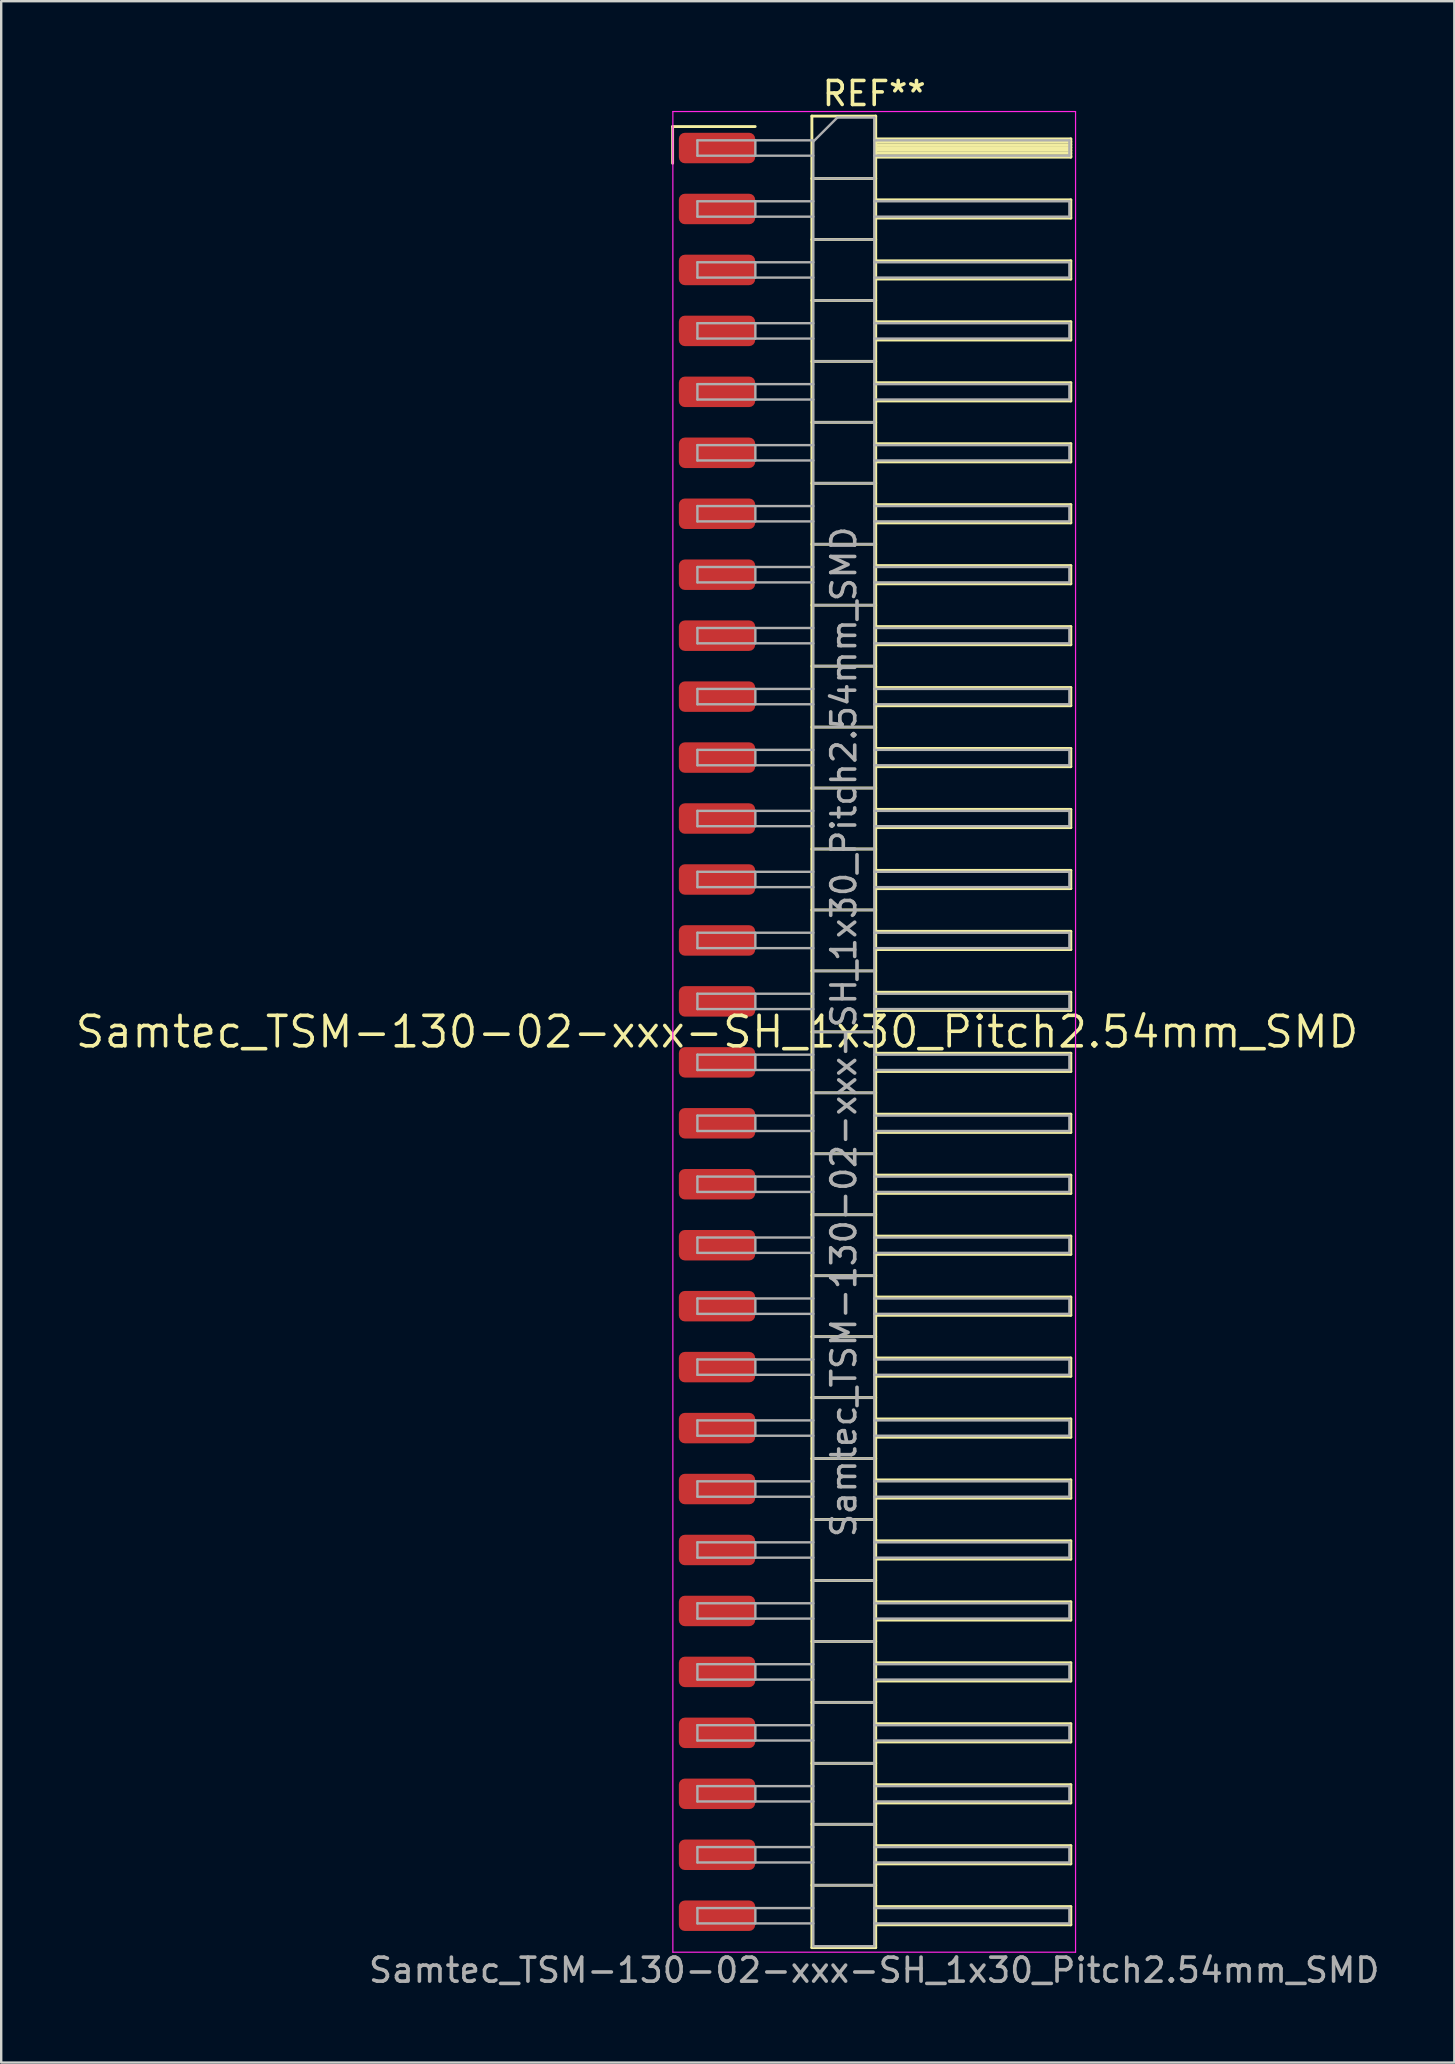
<source format=kicad_pcb>
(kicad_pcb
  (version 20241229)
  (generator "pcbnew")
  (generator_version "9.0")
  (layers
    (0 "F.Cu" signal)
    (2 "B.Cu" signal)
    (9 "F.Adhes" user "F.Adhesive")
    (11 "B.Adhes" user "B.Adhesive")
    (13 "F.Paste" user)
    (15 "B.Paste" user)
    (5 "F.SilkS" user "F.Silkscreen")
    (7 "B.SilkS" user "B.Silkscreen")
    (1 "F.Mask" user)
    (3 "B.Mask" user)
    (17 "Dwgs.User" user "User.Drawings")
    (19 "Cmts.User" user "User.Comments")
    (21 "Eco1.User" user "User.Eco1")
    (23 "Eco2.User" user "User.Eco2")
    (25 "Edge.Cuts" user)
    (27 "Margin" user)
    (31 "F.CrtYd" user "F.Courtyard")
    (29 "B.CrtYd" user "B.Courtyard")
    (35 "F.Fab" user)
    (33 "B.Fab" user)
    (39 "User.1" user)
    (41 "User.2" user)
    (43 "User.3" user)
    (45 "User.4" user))
  (footprint "Samtec_TSM-130-02-xxx-SH_1x30_Pitch2.54mm_SMD"
    (layer "F.Cu")
    (at 26.828 39.948)
    (property "Reference" "Samtec_TSM-130-02-xxx-SH_1x30_Pitch2.54mm_SMD" (at 0 0 0) (layer "F.SilkS") (effects (font (size 1.27 1.27) (thickness 0.15))))
    (attr smd)
    (fp_line (start -1.85 -37.725) (end 1.59 -37.725) (stroke (width 0.12) (type solid)) (layer "F.SilkS"))
    (fp_line (start -1.85 -36.195) (end -1.85 -37.725) (stroke (width 0.12) (type solid)) (layer "F.SilkS"))
    (fp_line (start 3.953 -38.16) (end 6.613 -38.16) (stroke (width 0.12) (type solid)) (layer "F.SilkS"))
    (fp_line (start 3.953 -35.56) (end 6.613 -35.56) (stroke (width 0.12) (type solid)) (layer "F.SilkS"))
    (fp_line (start 3.953 -33.02) (end 6.613 -33.02) (stroke (width 0.12) (type solid)) (layer "F.SilkS"))
    (fp_line (start 3.953 -30.48) (end 6.613 -30.48) (stroke (width 0.12) (type solid)) (layer "F.SilkS"))
    (fp_line (start 3.953 -27.94) (end 6.613 -27.94) (stroke (width 0.12) (type solid)) (layer "F.SilkS"))
    (fp_line (start 3.953 -25.4) (end 6.613 -25.4) (stroke (width 0.12) (type solid)) (layer "F.SilkS"))
    (fp_line (start 3.953 -22.86) (end 6.613 -22.86) (stroke (width 0.12) (type solid)) (layer "F.SilkS"))
    (fp_line (start 3.953 -20.32) (end 6.613 -20.32) (stroke (width 0.12) (type solid)) (layer "F.SilkS"))
    (fp_line (start 3.953 -17.78) (end 6.613 -17.78) (stroke (width 0.12) (type solid)) (layer "F.SilkS"))
    (fp_line (start 3.953 -15.24) (end 6.613 -15.24) (stroke (width 0.12) (type solid)) (layer "F.SilkS"))
    (fp_line (start 3.953 -12.7) (end 6.613 -12.7) (stroke (width 0.12) (type solid)) (layer "F.SilkS"))
    (fp_line (start 3.953 -10.16) (end 6.613 -10.16) (stroke (width 0.12) (type solid)) (layer "F.SilkS"))
    (fp_line (start 3.953 -7.62) (end 6.613 -7.62) (stroke (width 0.12) (type solid)) (layer "F.SilkS"))
    (fp_line (start 3.953 -5.08) (end 6.613 -5.08) (stroke (width 0.12) (type solid)) (layer "F.SilkS"))
    (fp_line (start 3.953 -2.54) (end 6.613 -2.54) (stroke (width 0.12) (type solid)) (layer "F.SilkS"))
    (fp_line (start 3.953 0) (end 6.613 0) (stroke (width 0.12) (type solid)) (layer "F.SilkS"))
    (fp_line (start 3.953 2.54) (end 6.613 2.54) (stroke (width 0.12) (type solid)) (layer "F.SilkS"))
    (fp_line (start 3.953 5.08) (end 6.613 5.08) (stroke (width 0.12) (type solid)) (layer "F.SilkS"))
    (fp_line (start 3.953 7.62) (end 6.613 7.62) (stroke (width 0.12) (type solid)) (layer "F.SilkS"))
    (fp_line (start 3.953 10.16) (end 6.613 10.16) (stroke (width 0.12) (type solid)) (layer "F.SilkS"))
    (fp_line (start 3.953 12.7) (end 6.613 12.7) (stroke (width 0.12) (type solid)) (layer "F.SilkS"))
    (fp_line (start 3.953 15.24) (end 6.613 15.24) (stroke (width 0.12) (type solid)) (layer "F.SilkS"))
    (fp_line (start 3.953 17.78) (end 6.613 17.78) (stroke (width 0.12) (type solid)) (layer "F.SilkS"))
    (fp_line (start 3.953 20.32) (end 6.613 20.32) (stroke (width 0.12) (type solid)) (layer "F.SilkS"))
    (fp_line (start 3.953 22.86) (end 6.613 22.86) (stroke (width 0.12) (type solid)) (layer "F.SilkS"))
    (fp_line (start 3.953 25.4) (end 6.613 25.4) (stroke (width 0.12) (type solid)) (layer "F.SilkS"))
    (fp_line (start 3.953 27.94) (end 6.613 27.94) (stroke (width 0.12) (type solid)) (layer "F.SilkS"))
    (fp_line (start 3.953 30.48) (end 6.613 30.48) (stroke (width 0.12) (type solid)) (layer "F.SilkS"))
    (fp_line (start 3.953 33.02) (end 6.613 33.02) (stroke (width 0.12) (type solid)) (layer "F.SilkS"))
    (fp_line (start 3.953 35.56) (end 6.613 35.56) (stroke (width 0.12) (type solid)) (layer "F.SilkS"))
    (fp_line (start 3.953 38.16) (end 3.953 -38.16) (stroke (width 0.12) (type solid)) (layer "F.SilkS"))
    (fp_line (start 6.613 -38.16) (end 6.613 38.16) (stroke (width 0.12) (type solid)) (layer "F.SilkS"))
    (fp_line (start 6.613 -37.21) (end 14.743 -37.21) (stroke (width 0.12) (type solid)) (layer "F.SilkS"))
    (fp_line (start 6.613 -37.09) (end 14.743 -37.09) (stroke (width 0.12) (type solid)) (layer "F.SilkS"))
    (fp_line (start 6.613 -36.97) (end 14.743 -36.97) (stroke (width 0.12) (type solid)) (layer "F.SilkS"))
    (fp_line (start 6.613 -36.85) (end 14.743 -36.85) (stroke (width 0.12) (type solid)) (layer "F.SilkS"))
    (fp_line (start 6.613 -36.73) (end 14.743 -36.73) (stroke (width 0.12) (type solid)) (layer "F.SilkS"))
    (fp_line (start 6.613 -36.61) (end 14.743 -36.61) (stroke (width 0.12) (type solid)) (layer "F.SilkS"))
    (fp_line (start 6.613 -36.49) (end 14.743 -36.49) (stroke (width 0.12) (type solid)) (layer "F.SilkS"))
    (fp_line (start 6.613 -36.45) (end 14.743 -36.45) (stroke (width 0.12) (type solid)) (layer "F.SilkS"))
    (fp_line (start 6.613 -34.67) (end 14.743 -34.67) (stroke (width 0.12) (type solid)) (layer "F.SilkS"))
    (fp_line (start 6.613 -33.91) (end 14.743 -33.91) (stroke (width 0.12) (type solid)) (layer "F.SilkS"))
    (fp_line (start 6.613 -32.13) (end 14.743 -32.13) (stroke (width 0.12) (type solid)) (layer "F.SilkS"))
    (fp_line (start 6.613 -31.37) (end 14.743 -31.37) (stroke (width 0.12) (type solid)) (layer "F.SilkS"))
    (fp_line (start 6.613 -29.59) (end 14.743 -29.59) (stroke (width 0.12) (type solid)) (layer "F.SilkS"))
    (fp_line (start 6.613 -28.83) (end 14.743 -28.83) (stroke (width 0.12) (type solid)) (layer "F.SilkS"))
    (fp_line (start 6.613 -27.05) (end 14.743 -27.05) (stroke (width 0.12) (type solid)) (layer "F.SilkS"))
    (fp_line (start 6.613 -26.29) (end 14.743 -26.29) (stroke (width 0.12) (type solid)) (layer "F.SilkS"))
    (fp_line (start 6.613 -24.51) (end 14.743 -24.51) (stroke (width 0.12) (type solid)) (layer "F.SilkS"))
    (fp_line (start 6.613 -23.75) (end 14.743 -23.75) (stroke (width 0.12) (type solid)) (layer "F.SilkS"))
    (fp_line (start 6.613 -21.97) (end 14.743 -21.97) (stroke (width 0.12) (type solid)) (layer "F.SilkS"))
    (fp_line (start 6.613 -21.21) (end 14.743 -21.21) (stroke (width 0.12) (type solid)) (layer "F.SilkS"))
    (fp_line (start 6.613 -19.43) (end 14.743 -19.43) (stroke (width 0.12) (type solid)) (layer "F.SilkS"))
    (fp_line (start 6.613 -18.67) (end 14.743 -18.67) (stroke (width 0.12) (type solid)) (layer "F.SilkS"))
    (fp_line (start 6.613 -16.89) (end 14.743 -16.89) (stroke (width 0.12) (type solid)) (layer "F.SilkS"))
    (fp_line (start 6.613 -16.13) (end 14.743 -16.13) (stroke (width 0.12) (type solid)) (layer "F.SilkS"))
    (fp_line (start 6.613 -14.35) (end 14.743 -14.35) (stroke (width 0.12) (type solid)) (layer "F.SilkS"))
    (fp_line (start 6.613 -13.59) (end 14.743 -13.59) (stroke (width 0.12) (type solid)) (layer "F.SilkS"))
    (fp_line (start 6.613 -11.81) (end 14.743 -11.81) (stroke (width 0.12) (type solid)) (layer "F.SilkS"))
    (fp_line (start 6.613 -11.05) (end 14.743 -11.05) (stroke (width 0.12) (type solid)) (layer "F.SilkS"))
    (fp_line (start 6.613 -9.27) (end 14.743 -9.27) (stroke (width 0.12) (type solid)) (layer "F.SilkS"))
    (fp_line (start 6.613 -8.51) (end 14.743 -8.51) (stroke (width 0.12) (type solid)) (layer "F.SilkS"))
    (fp_line (start 6.613 -6.73) (end 14.743 -6.73) (stroke (width 0.12) (type solid)) (layer "F.SilkS"))
    (fp_line (start 6.613 -5.97) (end 14.743 -5.97) (stroke (width 0.12) (type solid)) (layer "F.SilkS"))
    (fp_line (start 6.613 -4.19) (end 14.743 -4.19) (stroke (width 0.12) (type solid)) (layer "F.SilkS"))
    (fp_line (start 6.613 -3.43) (end 14.743 -3.43) (stroke (width 0.12) (type solid)) (layer "F.SilkS"))
    (fp_line (start 6.613 -1.65) (end 14.743 -1.65) (stroke (width 0.12) (type solid)) (layer "F.SilkS"))
    (fp_line (start 6.613 -0.89) (end 14.743 -0.89) (stroke (width 0.12) (type solid)) (layer "F.SilkS"))
    (fp_line (start 6.613 0.89) (end 14.743 0.89) (stroke (width 0.12) (type solid)) (layer "F.SilkS"))
    (fp_line (start 6.613 1.65) (end 14.743 1.65) (stroke (width 0.12) (type solid)) (layer "F.SilkS"))
    (fp_line (start 6.613 3.43) (end 14.743 3.43) (stroke (width 0.12) (type solid)) (layer "F.SilkS"))
    (fp_line (start 6.613 4.19) (end 14.743 4.19) (stroke (width 0.12) (type solid)) (layer "F.SilkS"))
    (fp_line (start 6.613 5.97) (end 14.743 5.97) (stroke (width 0.12) (type solid)) (layer "F.SilkS"))
    (fp_line (start 6.613 6.73) (end 14.743 6.73) (stroke (width 0.12) (type solid)) (layer "F.SilkS"))
    (fp_line (start 6.613 8.51) (end 14.743 8.51) (stroke (width 0.12) (type solid)) (layer "F.SilkS"))
    (fp_line (start 6.613 9.27) (end 14.743 9.27) (stroke (width 0.12) (type solid)) (layer "F.SilkS"))
    (fp_line (start 6.613 11.05) (end 14.743 11.05) (stroke (width 0.12) (type solid)) (layer "F.SilkS"))
    (fp_line (start 6.613 11.81) (end 14.743 11.81) (stroke (width 0.12) (type solid)) (layer "F.SilkS"))
    (fp_line (start 6.613 13.59) (end 14.743 13.59) (stroke (width 0.12) (type solid)) (layer "F.SilkS"))
    (fp_line (start 6.613 14.35) (end 14.743 14.35) (stroke (width 0.12) (type solid)) (layer "F.SilkS"))
    (fp_line (start 6.613 16.13) (end 14.743 16.13) (stroke (width 0.12) (type solid)) (layer "F.SilkS"))
    (fp_line (start 6.613 16.89) (end 14.743 16.89) (stroke (width 0.12) (type solid)) (layer "F.SilkS"))
    (fp_line (start 6.613 18.67) (end 14.743 18.67) (stroke (width 0.12) (type solid)) (layer "F.SilkS"))
    (fp_line (start 6.613 19.43) (end 14.743 19.43) (stroke (width 0.12) (type solid)) (layer "F.SilkS"))
    (fp_line (start 6.613 21.21) (end 14.743 21.21) (stroke (width 0.12) (type solid)) (layer "F.SilkS"))
    (fp_line (start 6.613 21.97) (end 14.743 21.97) (stroke (width 0.12) (type solid)) (layer "F.SilkS"))
    (fp_line (start 6.613 23.75) (end 14.743 23.75) (stroke (width 0.12) (type solid)) (layer "F.SilkS"))
    (fp_line (start 6.613 24.51) (end 14.743 24.51) (stroke (width 0.12) (type solid)) (layer "F.SilkS"))
    (fp_line (start 6.613 26.29) (end 14.743 26.29) (stroke (width 0.12) (type solid)) (layer "F.SilkS"))
    (fp_line (start 6.613 27.05) (end 14.743 27.05) (stroke (width 0.12) (type solid)) (layer "F.SilkS"))
    (fp_line (start 6.613 28.83) (end 14.743 28.83) (stroke (width 0.12) (type solid)) (layer "F.SilkS"))
    (fp_line (start 6.613 29.59) (end 14.743 29.59) (stroke (width 0.12) (type solid)) (layer "F.SilkS"))
    (fp_line (start 6.613 31.37) (end 14.743 31.37) (stroke (width 0.12) (type solid)) (layer "F.SilkS"))
    (fp_line (start 6.613 32.13) (end 14.743 32.13) (stroke (width 0.12) (type solid)) (layer "F.SilkS"))
    (fp_line (start 6.613 33.91) (end 14.743 33.91) (stroke (width 0.12) (type solid)) (layer "F.SilkS"))
    (fp_line (start 6.613 34.67) (end 14.743 34.67) (stroke (width 0.12) (type solid)) (layer "F.SilkS"))
    (fp_line (start 6.613 36.45) (end 14.743 36.45) (stroke (width 0.12) (type solid)) (layer "F.SilkS"))
    (fp_line (start 6.613 37.21) (end 14.743 37.21) (stroke (width 0.12) (type solid)) (layer "F.SilkS"))
    (fp_line (start 6.613 38.16) (end 3.953 38.16) (stroke (width 0.12) (type solid)) (layer "F.SilkS"))
    (fp_line (start 14.743 -37.21) (end 14.743 -36.45) (stroke (width 0.12) (type solid)) (layer "F.SilkS"))
    (fp_line (start 14.743 -34.67) (end 14.743 -33.91) (stroke (width 0.12) (type solid)) (layer "F.SilkS"))
    (fp_line (start 14.743 -32.13) (end 14.743 -31.37) (stroke (width 0.12) (type solid)) (layer "F.SilkS"))
    (fp_line (start 14.743 -29.59) (end 14.743 -28.83) (stroke (width 0.12) (type solid)) (layer "F.SilkS"))
    (fp_line (start 14.743 -27.05) (end 14.743 -26.29) (stroke (width 0.12) (type solid)) (layer "F.SilkS"))
    (fp_line (start 14.743 -24.51) (end 14.743 -23.75) (stroke (width 0.12) (type solid)) (layer "F.SilkS"))
    (fp_line (start 14.743 -21.97) (end 14.743 -21.21) (stroke (width 0.12) (type solid)) (layer "F.SilkS"))
    (fp_line (start 14.743 -19.43) (end 14.743 -18.67) (stroke (width 0.12) (type solid)) (layer "F.SilkS"))
    (fp_line (start 14.743 -16.89) (end 14.743 -16.13) (stroke (width 0.12) (type solid)) (layer "F.SilkS"))
    (fp_line (start 14.743 -14.35) (end 14.743 -13.59) (stroke (width 0.12) (type solid)) (layer "F.SilkS"))
    (fp_line (start 14.743 -11.81) (end 14.743 -11.05) (stroke (width 0.12) (type solid)) (layer "F.SilkS"))
    (fp_line (start 14.743 -9.27) (end 14.743 -8.51) (stroke (width 0.12) (type solid)) (layer "F.SilkS"))
    (fp_line (start 14.743 -6.73) (end 14.743 -5.97) (stroke (width 0.12) (type solid)) (layer "F.SilkS"))
    (fp_line (start 14.743 -4.19) (end 14.743 -3.43) (stroke (width 0.12) (type solid)) (layer "F.SilkS"))
    (fp_line (start 14.743 -1.65) (end 14.743 -0.89) (stroke (width 0.12) (type solid)) (layer "F.SilkS"))
    (fp_line (start 14.743 0.89) (end 14.743 1.65) (stroke (width 0.12) (type solid)) (layer "F.SilkS"))
    (fp_line (start 14.743 3.43) (end 14.743 4.19) (stroke (width 0.12) (type solid)) (layer "F.SilkS"))
    (fp_line (start 14.743 5.97) (end 14.743 6.73) (stroke (width 0.12) (type solid)) (layer "F.SilkS"))
    (fp_line (start 14.743 8.51) (end 14.743 9.27) (stroke (width 0.12) (type solid)) (layer "F.SilkS"))
    (fp_line (start 14.743 11.05) (end 14.743 11.81) (stroke (width 0.12) (type solid)) (layer "F.SilkS"))
    (fp_line (start 14.743 13.59) (end 14.743 14.35) (stroke (width 0.12) (type solid)) (layer "F.SilkS"))
    (fp_line (start 14.743 16.13) (end 14.743 16.89) (stroke (width 0.12) (type solid)) (layer "F.SilkS"))
    (fp_line (start 14.743 18.67) (end 14.743 19.43) (stroke (width 0.12) (type solid)) (layer "F.SilkS"))
    (fp_line (start 14.743 21.21) (end 14.743 21.97) (stroke (width 0.12) (type solid)) (layer "F.SilkS"))
    (fp_line (start 14.743 23.75) (end 14.743 24.51) (stroke (width 0.12) (type solid)) (layer "F.SilkS"))
    (fp_line (start 14.743 26.29) (end 14.743 27.05) (stroke (width 0.12) (type solid)) (layer "F.SilkS"))
    (fp_line (start 14.743 28.83) (end 14.743 29.59) (stroke (width 0.12) (type solid)) (layer "F.SilkS"))
    (fp_line (start 14.743 31.37) (end 14.743 32.13) (stroke (width 0.12) (type solid)) (layer "F.SilkS"))
    (fp_line (start 14.743 33.91) (end 14.743 34.67) (stroke (width 0.12) (type solid)) (layer "F.SilkS"))
    (fp_line (start 14.743 36.45) (end 14.743 37.21) (stroke (width 0.12) (type solid)) (layer "F.SilkS"))
    (fp_line (start -1.84 -38.35) (end 14.94 -38.35) (stroke (width 0.05) (type solid)) (layer "F.CrtYd"))
    (fp_line (start -1.84 38.35) (end -1.84 -38.35) (stroke (width 0.05) (type solid)) (layer "F.CrtYd"))
    (fp_line (start 14.94 -38.35) (end 14.94 38.35) (stroke (width 0.05) (type solid)) (layer "F.CrtYd"))
    (fp_line (start 14.94 38.35) (end -1.84 38.35) (stroke (width 0.05) (type solid)) (layer "F.CrtYd"))
    (fp_line (start -0.817 -37.15) (end -0.817 -36.51) (stroke (width 0.1) (type solid)) (layer "F.Fab"))
    (fp_line (start -0.817 -37.15) (end 4.013 -37.15) (stroke (width 0.1) (type solid)) (layer "F.Fab"))
    (fp_line (start -0.817 -36.51) (end 4.013 -36.51) (stroke (width 0.1) (type solid)) (layer "F.Fab"))
    (fp_line (start -0.817 -34.61) (end -0.817 -33.97) (stroke (width 0.1) (type solid)) (layer "F.Fab"))
    (fp_line (start -0.817 -34.61) (end 4.013 -34.61) (stroke (width 0.1) (type solid)) (layer "F.Fab"))
    (fp_line (start -0.817 -33.97) (end 4.013 -33.97) (stroke (width 0.1) (type solid)) (layer "F.Fab"))
    (fp_line (start -0.817 -32.07) (end -0.817 -31.43) (stroke (width 0.1) (type solid)) (layer "F.Fab"))
    (fp_line (start -0.817 -32.07) (end 4.013 -32.07) (stroke (width 0.1) (type solid)) (layer "F.Fab"))
    (fp_line (start -0.817 -31.43) (end 4.013 -31.43) (stroke (width 0.1) (type solid)) (layer "F.Fab"))
    (fp_line (start -0.817 -29.53) (end -0.817 -28.89) (stroke (width 0.1) (type solid)) (layer "F.Fab"))
    (fp_line (start -0.817 -29.53) (end 4.013 -29.53) (stroke (width 0.1) (type solid)) (layer "F.Fab"))
    (fp_line (start -0.817 -28.89) (end 4.013 -28.89) (stroke (width 0.1) (type solid)) (layer "F.Fab"))
    (fp_line (start -0.817 -26.99) (end -0.817 -26.35) (stroke (width 0.1) (type solid)) (layer "F.Fab"))
    (fp_line (start -0.817 -26.99) (end 4.013 -26.99) (stroke (width 0.1) (type solid)) (layer "F.Fab"))
    (fp_line (start -0.817 -26.35) (end 4.013 -26.35) (stroke (width 0.1) (type solid)) (layer "F.Fab"))
    (fp_line (start -0.817 -24.45) (end -0.817 -23.81) (stroke (width 0.1) (type solid)) (layer "F.Fab"))
    (fp_line (start -0.817 -24.45) (end 4.013 -24.45) (stroke (width 0.1) (type solid)) (layer "F.Fab"))
    (fp_line (start -0.817 -23.81) (end 4.013 -23.81) (stroke (width 0.1) (type solid)) (layer "F.Fab"))
    (fp_line (start -0.817 -21.91) (end -0.817 -21.27) (stroke (width 0.1) (type solid)) (layer "F.Fab"))
    (fp_line (start -0.817 -21.91) (end 4.013 -21.91) (stroke (width 0.1) (type solid)) (layer "F.Fab"))
    (fp_line (start -0.817 -21.27) (end 4.013 -21.27) (stroke (width 0.1) (type solid)) (layer "F.Fab"))
    (fp_line (start -0.817 -19.37) (end -0.817 -18.73) (stroke (width 0.1) (type solid)) (layer "F.Fab"))
    (fp_line (start -0.817 -19.37) (end 4.013 -19.37) (stroke (width 0.1) (type solid)) (layer "F.Fab"))
    (fp_line (start -0.817 -18.73) (end 4.013 -18.73) (stroke (width 0.1) (type solid)) (layer "F.Fab"))
    (fp_line (start -0.817 -16.83) (end -0.817 -16.19) (stroke (width 0.1) (type solid)) (layer "F.Fab"))
    (fp_line (start -0.817 -16.83) (end 4.013 -16.83) (stroke (width 0.1) (type solid)) (layer "F.Fab"))
    (fp_line (start -0.817 -16.19) (end 4.013 -16.19) (stroke (width 0.1) (type solid)) (layer "F.Fab"))
    (fp_line (start -0.817 -14.29) (end -0.817 -13.65) (stroke (width 0.1) (type solid)) (layer "F.Fab"))
    (fp_line (start -0.817 -14.29) (end 4.013 -14.29) (stroke (width 0.1) (type solid)) (layer "F.Fab"))
    (fp_line (start -0.817 -13.65) (end 4.013 -13.65) (stroke (width 0.1) (type solid)) (layer "F.Fab"))
    (fp_line (start -0.817 -11.75) (end -0.817 -11.11) (stroke (width 0.1) (type solid)) (layer "F.Fab"))
    (fp_line (start -0.817 -11.75) (end 4.013 -11.75) (stroke (width 0.1) (type solid)) (layer "F.Fab"))
    (fp_line (start -0.817 -11.11) (end 4.013 -11.11) (stroke (width 0.1) (type solid)) (layer "F.Fab"))
    (fp_line (start -0.817 -9.21) (end -0.817 -8.57) (stroke (width 0.1) (type solid)) (layer "F.Fab"))
    (fp_line (start -0.817 -9.21) (end 4.013 -9.21) (stroke (width 0.1) (type solid)) (layer "F.Fab"))
    (fp_line (start -0.817 -8.57) (end 4.013 -8.57) (stroke (width 0.1) (type solid)) (layer "F.Fab"))
    (fp_line (start -0.817 -6.67) (end -0.817 -6.03) (stroke (width 0.1) (type solid)) (layer "F.Fab"))
    (fp_line (start -0.817 -6.67) (end 4.013 -6.67) (stroke (width 0.1) (type solid)) (layer "F.Fab"))
    (fp_line (start -0.817 -6.03) (end 4.013 -6.03) (stroke (width 0.1) (type solid)) (layer "F.Fab"))
    (fp_line (start -0.817 -4.13) (end -0.817 -3.49) (stroke (width 0.1) (type solid)) (layer "F.Fab"))
    (fp_line (start -0.817 -4.13) (end 4.013 -4.13) (stroke (width 0.1) (type solid)) (layer "F.Fab"))
    (fp_line (start -0.817 -3.49) (end 4.013 -3.49) (stroke (width 0.1) (type solid)) (layer "F.Fab"))
    (fp_line (start -0.817 -1.59) (end -0.817 -0.95) (stroke (width 0.1) (type solid)) (layer "F.Fab"))
    (fp_line (start -0.817 -1.59) (end 4.013 -1.59) (stroke (width 0.1) (type solid)) (layer "F.Fab"))
    (fp_line (start -0.817 -0.95) (end 4.013 -0.95) (stroke (width 0.1) (type solid)) (layer "F.Fab"))
    (fp_line (start -0.817 0.95) (end -0.817 1.59) (stroke (width 0.1) (type solid)) (layer "F.Fab"))
    (fp_line (start -0.817 0.95) (end 4.013 0.95) (stroke (width 0.1) (type solid)) (layer "F.Fab"))
    (fp_line (start -0.817 1.59) (end 4.013 1.59) (stroke (width 0.1) (type solid)) (layer "F.Fab"))
    (fp_line (start -0.817 3.49) (end -0.817 4.13) (stroke (width 0.1) (type solid)) (layer "F.Fab"))
    (fp_line (start -0.817 3.49) (end 4.013 3.49) (stroke (width 0.1) (type solid)) (layer "F.Fab"))
    (fp_line (start -0.817 4.13) (end 4.013 4.13) (stroke (width 0.1) (type solid)) (layer "F.Fab"))
    (fp_line (start -0.817 6.03) (end -0.817 6.67) (stroke (width 0.1) (type solid)) (layer "F.Fab"))
    (fp_line (start -0.817 6.03) (end 4.013 6.03) (stroke (width 0.1) (type solid)) (layer "F.Fab"))
    (fp_line (start -0.817 6.67) (end 4.013 6.67) (stroke (width 0.1) (type solid)) (layer "F.Fab"))
    (fp_line (start -0.817 8.57) (end -0.817 9.21) (stroke (width 0.1) (type solid)) (layer "F.Fab"))
    (fp_line (start -0.817 8.57) (end 4.013 8.57) (stroke (width 0.1) (type solid)) (layer "F.Fab"))
    (fp_line (start -0.817 9.21) (end 4.013 9.21) (stroke (width 0.1) (type solid)) (layer "F.Fab"))
    (fp_line (start -0.817 11.11) (end -0.817 11.75) (stroke (width 0.1) (type solid)) (layer "F.Fab"))
    (fp_line (start -0.817 11.11) (end 4.013 11.11) (stroke (width 0.1) (type solid)) (layer "F.Fab"))
    (fp_line (start -0.817 11.75) (end 4.013 11.75) (stroke (width 0.1) (type solid)) (layer "F.Fab"))
    (fp_line (start -0.817 13.65) (end -0.817 14.29) (stroke (width 0.1) (type solid)) (layer "F.Fab"))
    (fp_line (start -0.817 13.65) (end 4.013 13.65) (stroke (width 0.1) (type solid)) (layer "F.Fab"))
    (fp_line (start -0.817 14.29) (end 4.013 14.29) (stroke (width 0.1) (type solid)) (layer "F.Fab"))
    (fp_line (start -0.817 16.19) (end -0.817 16.83) (stroke (width 0.1) (type solid)) (layer "F.Fab"))
    (fp_line (start -0.817 16.19) (end 4.013 16.19) (stroke (width 0.1) (type solid)) (layer "F.Fab"))
    (fp_line (start -0.817 16.83) (end 4.013 16.83) (stroke (width 0.1) (type solid)) (layer "F.Fab"))
    (fp_line (start -0.817 18.73) (end -0.817 19.37) (stroke (width 0.1) (type solid)) (layer "F.Fab"))
    (fp_line (start -0.817 18.73) (end 4.013 18.73) (stroke (width 0.1) (type solid)) (layer "F.Fab"))
    (fp_line (start -0.817 19.37) (end 4.013 19.37) (stroke (width 0.1) (type solid)) (layer "F.Fab"))
    (fp_line (start -0.817 21.27) (end -0.817 21.91) (stroke (width 0.1) (type solid)) (layer "F.Fab"))
    (fp_line (start -0.817 21.27) (end 4.013 21.27) (stroke (width 0.1) (type solid)) (layer "F.Fab"))
    (fp_line (start -0.817 21.91) (end 4.013 21.91) (stroke (width 0.1) (type solid)) (layer "F.Fab"))
    (fp_line (start -0.817 23.81) (end -0.817 24.45) (stroke (width 0.1) (type solid)) (layer "F.Fab"))
    (fp_line (start -0.817 23.81) (end 4.013 23.81) (stroke (width 0.1) (type solid)) (layer "F.Fab"))
    (fp_line (start -0.817 24.45) (end 4.013 24.45) (stroke (width 0.1) (type solid)) (layer "F.Fab"))
    (fp_line (start -0.817 26.35) (end -0.817 26.99) (stroke (width 0.1) (type solid)) (layer "F.Fab"))
    (fp_line (start -0.817 26.35) (end 4.013 26.35) (stroke (width 0.1) (type solid)) (layer "F.Fab"))
    (fp_line (start -0.817 26.99) (end 4.013 26.99) (stroke (width 0.1) (type solid)) (layer "F.Fab"))
    (fp_line (start -0.817 28.89) (end -0.817 29.53) (stroke (width 0.1) (type solid)) (layer "F.Fab"))
    (fp_line (start -0.817 28.89) (end 4.013 28.89) (stroke (width 0.1) (type solid)) (layer "F.Fab"))
    (fp_line (start -0.817 29.53) (end 4.013 29.53) (stroke (width 0.1) (type solid)) (layer "F.Fab"))
    (fp_line (start -0.817 31.43) (end -0.817 32.07) (stroke (width 0.1) (type solid)) (layer "F.Fab"))
    (fp_line (start -0.817 31.43) (end 4.013 31.43) (stroke (width 0.1) (type solid)) (layer "F.Fab"))
    (fp_line (start -0.817 32.07) (end 4.013 32.07) (stroke (width 0.1) (type solid)) (layer "F.Fab"))
    (fp_line (start -0.817 33.97) (end -0.817 34.61) (stroke (width 0.1) (type solid)) (layer "F.Fab"))
    (fp_line (start -0.817 33.97) (end 4.013 33.97) (stroke (width 0.1) (type solid)) (layer "F.Fab"))
    (fp_line (start -0.817 34.61) (end 4.013 34.61) (stroke (width 0.1) (type solid)) (layer "F.Fab"))
    (fp_line (start -0.817 36.51) (end -0.817 37.15) (stroke (width 0.1) (type solid)) (layer "F.Fab"))
    (fp_line (start -0.817 36.51) (end 4.013 36.51) (stroke (width 0.1) (type solid)) (layer "F.Fab"))
    (fp_line (start -0.817 37.15) (end 4.013 37.15) (stroke (width 0.1) (type solid)) (layer "F.Fab"))
    (fp_line (start 1.598 -37.15) (end 1.598 -36.51) (stroke (width 0.1) (type solid)) (layer "F.Fab"))
    (fp_line (start 1.598 -34.61) (end 1.598 -33.97) (stroke (width 0.1) (type solid)) (layer "F.Fab"))
    (fp_line (start 1.598 -32.07) (end 1.598 -31.43) (stroke (width 0.1) (type solid)) (layer "F.Fab"))
    (fp_line (start 1.598 -29.53) (end 1.598 -28.89) (stroke (width 0.1) (type solid)) (layer "F.Fab"))
    (fp_line (start 1.598 -26.99) (end 1.598 -26.35) (stroke (width 0.1) (type solid)) (layer "F.Fab"))
    (fp_line (start 1.598 -24.45) (end 1.598 -23.81) (stroke (width 0.1) (type solid)) (layer "F.Fab"))
    (fp_line (start 1.598 -21.91) (end 1.598 -21.27) (stroke (width 0.1) (type solid)) (layer "F.Fab"))
    (fp_line (start 1.598 -19.37) (end 1.598 -18.73) (stroke (width 0.1) (type solid)) (layer "F.Fab"))
    (fp_line (start 1.598 -16.83) (end 1.598 -16.19) (stroke (width 0.1) (type solid)) (layer "F.Fab"))
    (fp_line (start 1.598 -14.29) (end 1.598 -13.65) (stroke (width 0.1) (type solid)) (layer "F.Fab"))
    (fp_line (start 1.598 -11.75) (end 1.598 -11.11) (stroke (width 0.1) (type solid)) (layer "F.Fab"))
    (fp_line (start 1.598 -9.21) (end 1.598 -8.57) (stroke (width 0.1) (type solid)) (layer "F.Fab"))
    (fp_line (start 1.598 -6.67) (end 1.598 -6.03) (stroke (width 0.1) (type solid)) (layer "F.Fab"))
    (fp_line (start 1.598 -4.13) (end 1.598 -3.49) (stroke (width 0.1) (type solid)) (layer "F.Fab"))
    (fp_line (start 1.598 -1.59) (end 1.598 -0.95) (stroke (width 0.1) (type solid)) (layer "F.Fab"))
    (fp_line (start 1.598 0.95) (end 1.598 1.59) (stroke (width 0.1) (type solid)) (layer "F.Fab"))
    (fp_line (start 1.598 3.49) (end 1.598 4.13) (stroke (width 0.1) (type solid)) (layer "F.Fab"))
    (fp_line (start 1.598 6.03) (end 1.598 6.67) (stroke (width 0.1) (type solid)) (layer "F.Fab"))
    (fp_line (start 1.598 8.57) (end 1.598 9.21) (stroke (width 0.1) (type solid)) (layer "F.Fab"))
    (fp_line (start 1.598 11.11) (end 1.598 11.75) (stroke (width 0.1) (type solid)) (layer "F.Fab"))
    (fp_line (start 1.598 13.65) (end 1.598 14.29) (stroke (width 0.1) (type solid)) (layer "F.Fab"))
    (fp_line (start 1.598 16.19) (end 1.598 16.83) (stroke (width 0.1) (type solid)) (layer "F.Fab"))
    (fp_line (start 1.598 18.73) (end 1.598 19.37) (stroke (width 0.1) (type solid)) (layer "F.Fab"))
    (fp_line (start 1.598 21.27) (end 1.598 21.91) (stroke (width 0.1) (type solid)) (layer "F.Fab"))
    (fp_line (start 1.598 23.81) (end 1.598 24.45) (stroke (width 0.1) (type solid)) (layer "F.Fab"))
    (fp_line (start 1.598 26.35) (end 1.598 26.99) (stroke (width 0.1) (type solid)) (layer "F.Fab"))
    (fp_line (start 1.598 28.89) (end 1.598 29.53) (stroke (width 0.1) (type solid)) (layer "F.Fab"))
    (fp_line (start 1.598 31.43) (end 1.598 32.07) (stroke (width 0.1) (type solid)) (layer "F.Fab"))
    (fp_line (start 1.598 33.97) (end 1.598 34.61) (stroke (width 0.1) (type solid)) (layer "F.Fab"))
    (fp_line (start 1.598 36.51) (end 1.598 37.15) (stroke (width 0.1) (type solid)) (layer "F.Fab"))
    (fp_line (start 4.013 -37.1) (end 5.013 -38.1) (stroke (width 0.1) (type solid)) (layer "F.Fab"))
    (fp_line (start 4.013 -35.56) (end 6.553 -35.56) (stroke (width 0.1) (type solid)) (layer "F.Fab"))
    (fp_line (start 4.013 -33.02) (end 6.553 -33.02) (stroke (width 0.1) (type solid)) (layer "F.Fab"))
    (fp_line (start 4.013 -30.48) (end 6.553 -30.48) (stroke (width 0.1) (type solid)) (layer "F.Fab"))
    (fp_line (start 4.013 -27.94) (end 6.553 -27.94) (stroke (width 0.1) (type solid)) (layer "F.Fab"))
    (fp_line (start 4.013 -25.4) (end 6.553 -25.4) (stroke (width 0.1) (type solid)) (layer "F.Fab"))
    (fp_line (start 4.013 -22.86) (end 6.553 -22.86) (stroke (width 0.1) (type solid)) (layer "F.Fab"))
    (fp_line (start 4.013 -20.32) (end 6.553 -20.32) (stroke (width 0.1) (type solid)) (layer "F.Fab"))
    (fp_line (start 4.013 -17.78) (end 6.553 -17.78) (stroke (width 0.1) (type solid)) (layer "F.Fab"))
    (fp_line (start 4.013 -15.24) (end 6.553 -15.24) (stroke (width 0.1) (type solid)) (layer "F.Fab"))
    (fp_line (start 4.013 -12.7) (end 6.553 -12.7) (stroke (width 0.1) (type solid)) (layer "F.Fab"))
    (fp_line (start 4.013 -10.16) (end 6.553 -10.16) (stroke (width 0.1) (type solid)) (layer "F.Fab"))
    (fp_line (start 4.013 -7.62) (end 6.553 -7.62) (stroke (width 0.1) (type solid)) (layer "F.Fab"))
    (fp_line (start 4.013 -5.08) (end 6.553 -5.08) (stroke (width 0.1) (type solid)) (layer "F.Fab"))
    (fp_line (start 4.013 -2.54) (end 6.553 -2.54) (stroke (width 0.1) (type solid)) (layer "F.Fab"))
    (fp_line (start 4.013 0) (end 6.553 0) (stroke (width 0.1) (type solid)) (layer "F.Fab"))
    (fp_line (start 4.013 2.54) (end 6.553 2.54) (stroke (width 0.1) (type solid)) (layer "F.Fab"))
    (fp_line (start 4.013 5.08) (end 6.553 5.08) (stroke (width 0.1) (type solid)) (layer "F.Fab"))
    (fp_line (start 4.013 7.62) (end 6.553 7.62) (stroke (width 0.1) (type solid)) (layer "F.Fab"))
    (fp_line (start 4.013 10.16) (end 6.553 10.16) (stroke (width 0.1) (type solid)) (layer "F.Fab"))
    (fp_line (start 4.013 12.7) (end 6.553 12.7) (stroke (width 0.1) (type solid)) (layer "F.Fab"))
    (fp_line (start 4.013 15.24) (end 6.553 15.24) (stroke (width 0.1) (type solid)) (layer "F.Fab"))
    (fp_line (start 4.013 17.78) (end 6.553 17.78) (stroke (width 0.1) (type solid)) (layer "F.Fab"))
    (fp_line (start 4.013 20.32) (end 6.553 20.32) (stroke (width 0.1) (type solid)) (layer "F.Fab"))
    (fp_line (start 4.013 22.86) (end 6.553 22.86) (stroke (width 0.1) (type solid)) (layer "F.Fab"))
    (fp_line (start 4.013 25.4) (end 6.553 25.4) (stroke (width 0.1) (type solid)) (layer "F.Fab"))
    (fp_line (start 4.013 27.94) (end 6.553 27.94) (stroke (width 0.1) (type solid)) (layer "F.Fab"))
    (fp_line (start 4.013 30.48) (end 6.553 30.48) (stroke (width 0.1) (type solid)) (layer "F.Fab"))
    (fp_line (start 4.013 33.02) (end 6.553 33.02) (stroke (width 0.1) (type solid)) (layer "F.Fab"))
    (fp_line (start 4.013 35.56) (end 6.553 35.56) (stroke (width 0.1) (type solid)) (layer "F.Fab"))
    (fp_line (start 4.013 38.1) (end 4.013 -37.1) (stroke (width 0.1) (type solid)) (layer "F.Fab"))
    (fp_line (start 5.013 -38.1) (end 6.553 -38.1) (stroke (width 0.1) (type solid)) (layer "F.Fab"))
    (fp_line (start 6.553 -38.1) (end 6.553 38.1) (stroke (width 0.1) (type solid)) (layer "F.Fab"))
    (fp_line (start 6.553 -37.15) (end 14.683 -37.15) (stroke (width 0.1) (type solid)) (layer "F.Fab"))
    (fp_line (start 6.553 -36.51) (end 14.683 -36.51) (stroke (width 0.1) (type solid)) (layer "F.Fab"))
    (fp_line (start 6.553 -34.61) (end 14.683 -34.61) (stroke (width 0.1) (type solid)) (layer "F.Fab"))
    (fp_line (start 6.553 -33.97) (end 14.683 -33.97) (stroke (width 0.1) (type solid)) (layer "F.Fab"))
    (fp_line (start 6.553 -32.07) (end 14.683 -32.07) (stroke (width 0.1) (type solid)) (layer "F.Fab"))
    (fp_line (start 6.553 -31.43) (end 14.683 -31.43) (stroke (width 0.1) (type solid)) (layer "F.Fab"))
    (fp_line (start 6.553 -29.53) (end 14.683 -29.53) (stroke (width 0.1) (type solid)) (layer "F.Fab"))
    (fp_line (start 6.553 -28.89) (end 14.683 -28.89) (stroke (width 0.1) (type solid)) (layer "F.Fab"))
    (fp_line (start 6.553 -26.99) (end 14.683 -26.99) (stroke (width 0.1) (type solid)) (layer "F.Fab"))
    (fp_line (start 6.553 -26.35) (end 14.683 -26.35) (stroke (width 0.1) (type solid)) (layer "F.Fab"))
    (fp_line (start 6.553 -24.45) (end 14.683 -24.45) (stroke (width 0.1) (type solid)) (layer "F.Fab"))
    (fp_line (start 6.553 -23.81) (end 14.683 -23.81) (stroke (width 0.1) (type solid)) (layer "F.Fab"))
    (fp_line (start 6.553 -21.91) (end 14.683 -21.91) (stroke (width 0.1) (type solid)) (layer "F.Fab"))
    (fp_line (start 6.553 -21.27) (end 14.683 -21.27) (stroke (width 0.1) (type solid)) (layer "F.Fab"))
    (fp_line (start 6.553 -19.37) (end 14.683 -19.37) (stroke (width 0.1) (type solid)) (layer "F.Fab"))
    (fp_line (start 6.553 -18.73) (end 14.683 -18.73) (stroke (width 0.1) (type solid)) (layer "F.Fab"))
    (fp_line (start 6.553 -16.83) (end 14.683 -16.83) (stroke (width 0.1) (type solid)) (layer "F.Fab"))
    (fp_line (start 6.553 -16.19) (end 14.683 -16.19) (stroke (width 0.1) (type solid)) (layer "F.Fab"))
    (fp_line (start 6.553 -14.29) (end 14.683 -14.29) (stroke (width 0.1) (type solid)) (layer "F.Fab"))
    (fp_line (start 6.553 -13.65) (end 14.683 -13.65) (stroke (width 0.1) (type solid)) (layer "F.Fab"))
    (fp_line (start 6.553 -11.75) (end 14.683 -11.75) (stroke (width 0.1) (type solid)) (layer "F.Fab"))
    (fp_line (start 6.553 -11.11) (end 14.683 -11.11) (stroke (width 0.1) (type solid)) (layer "F.Fab"))
    (fp_line (start 6.553 -9.21) (end 14.683 -9.21) (stroke (width 0.1) (type solid)) (layer "F.Fab"))
    (fp_line (start 6.553 -8.57) (end 14.683 -8.57) (stroke (width 0.1) (type solid)) (layer "F.Fab"))
    (fp_line (start 6.553 -6.67) (end 14.683 -6.67) (stroke (width 0.1) (type solid)) (layer "F.Fab"))
    (fp_line (start 6.553 -6.03) (end 14.683 -6.03) (stroke (width 0.1) (type solid)) (layer "F.Fab"))
    (fp_line (start 6.553 -4.13) (end 14.683 -4.13) (stroke (width 0.1) (type solid)) (layer "F.Fab"))
    (fp_line (start 6.553 -3.49) (end 14.683 -3.49) (stroke (width 0.1) (type solid)) (layer "F.Fab"))
    (fp_line (start 6.553 -1.59) (end 14.683 -1.59) (stroke (width 0.1) (type solid)) (layer "F.Fab"))
    (fp_line (start 6.553 -0.95) (end 14.683 -0.95) (stroke (width 0.1) (type solid)) (layer "F.Fab"))
    (fp_line (start 6.553 0.95) (end 14.683 0.95) (stroke (width 0.1) (type solid)) (layer "F.Fab"))
    (fp_line (start 6.553 1.59) (end 14.683 1.59) (stroke (width 0.1) (type solid)) (layer "F.Fab"))
    (fp_line (start 6.553 3.49) (end 14.683 3.49) (stroke (width 0.1) (type solid)) (layer "F.Fab"))
    (fp_line (start 6.553 4.13) (end 14.683 4.13) (stroke (width 0.1) (type solid)) (layer "F.Fab"))
    (fp_line (start 6.553 6.03) (end 14.683 6.03) (stroke (width 0.1) (type solid)) (layer "F.Fab"))
    (fp_line (start 6.553 6.67) (end 14.683 6.67) (stroke (width 0.1) (type solid)) (layer "F.Fab"))
    (fp_line (start 6.553 8.57) (end 14.683 8.57) (stroke (width 0.1) (type solid)) (layer "F.Fab"))
    (fp_line (start 6.553 9.21) (end 14.683 9.21) (stroke (width 0.1) (type solid)) (layer "F.Fab"))
    (fp_line (start 6.553 11.11) (end 14.683 11.11) (stroke (width 0.1) (type solid)) (layer "F.Fab"))
    (fp_line (start 6.553 11.75) (end 14.683 11.75) (stroke (width 0.1) (type solid)) (layer "F.Fab"))
    (fp_line (start 6.553 13.65) (end 14.683 13.65) (stroke (width 0.1) (type solid)) (layer "F.Fab"))
    (fp_line (start 6.553 14.29) (end 14.683 14.29) (stroke (width 0.1) (type solid)) (layer "F.Fab"))
    (fp_line (start 6.553 16.19) (end 14.683 16.19) (stroke (width 0.1) (type solid)) (layer "F.Fab"))
    (fp_line (start 6.553 16.83) (end 14.683 16.83) (stroke (width 0.1) (type solid)) (layer "F.Fab"))
    (fp_line (start 6.553 18.73) (end 14.683 18.73) (stroke (width 0.1) (type solid)) (layer "F.Fab"))
    (fp_line (start 6.553 19.37) (end 14.683 19.37) (stroke (width 0.1) (type solid)) (layer "F.Fab"))
    (fp_line (start 6.553 21.27) (end 14.683 21.27) (stroke (width 0.1) (type solid)) (layer "F.Fab"))
    (fp_line (start 6.553 21.91) (end 14.683 21.91) (stroke (width 0.1) (type solid)) (layer "F.Fab"))
    (fp_line (start 6.553 23.81) (end 14.683 23.81) (stroke (width 0.1) (type solid)) (layer "F.Fab"))
    (fp_line (start 6.553 24.45) (end 14.683 24.45) (stroke (width 0.1) (type solid)) (layer "F.Fab"))
    (fp_line (start 6.553 26.35) (end 14.683 26.35) (stroke (width 0.1) (type solid)) (layer "F.Fab"))
    (fp_line (start 6.553 26.99) (end 14.683 26.99) (stroke (width 0.1) (type solid)) (layer "F.Fab"))
    (fp_line (start 6.553 28.89) (end 14.683 28.89) (stroke (width 0.1) (type solid)) (layer "F.Fab"))
    (fp_line (start 6.553 29.53) (end 14.683 29.53) (stroke (width 0.1) (type solid)) (layer "F.Fab"))
    (fp_line (start 6.553 31.43) (end 14.683 31.43) (stroke (width 0.1) (type solid)) (layer "F.Fab"))
    (fp_line (start 6.553 32.07) (end 14.683 32.07) (stroke (width 0.1) (type solid)) (layer "F.Fab"))
    (fp_line (start 6.553 33.97) (end 14.683 33.97) (stroke (width 0.1) (type solid)) (layer "F.Fab"))
    (fp_line (start 6.553 34.61) (end 14.683 34.61) (stroke (width 0.1) (type solid)) (layer "F.Fab"))
    (fp_line (start 6.553 36.51) (end 14.683 36.51) (stroke (width 0.1) (type solid)) (layer "F.Fab"))
    (fp_line (start 6.553 37.15) (end 14.683 37.15) (stroke (width 0.1) (type solid)) (layer "F.Fab"))
    (fp_line (start 6.553 38.1) (end 4.013 38.1) (stroke (width 0.1) (type solid)) (layer "F.Fab"))
    (fp_line (start 14.683 -37.15) (end 14.683 -36.51) (stroke (width 0.1) (type solid)) (layer "F.Fab"))
    (fp_line (start 14.683 -34.61) (end 14.683 -33.97) (stroke (width 0.1) (type solid)) (layer "F.Fab"))
    (fp_line (start 14.683 -32.07) (end 14.683 -31.43) (stroke (width 0.1) (type solid)) (layer "F.Fab"))
    (fp_line (start 14.683 -29.53) (end 14.683 -28.89) (stroke (width 0.1) (type solid)) (layer "F.Fab"))
    (fp_line (start 14.683 -26.99) (end 14.683 -26.35) (stroke (width 0.1) (type solid)) (layer "F.Fab"))
    (fp_line (start 14.683 -24.45) (end 14.683 -23.81) (stroke (width 0.1) (type solid)) (layer "F.Fab"))
    (fp_line (start 14.683 -21.91) (end 14.683 -21.27) (stroke (width 0.1) (type solid)) (layer "F.Fab"))
    (fp_line (start 14.683 -19.37) (end 14.683 -18.73) (stroke (width 0.1) (type solid)) (layer "F.Fab"))
    (fp_line (start 14.683 -16.83) (end 14.683 -16.19) (stroke (width 0.1) (type solid)) (layer "F.Fab"))
    (fp_line (start 14.683 -14.29) (end 14.683 -13.65) (stroke (width 0.1) (type solid)) (layer "F.Fab"))
    (fp_line (start 14.683 -11.75) (end 14.683 -11.11) (stroke (width 0.1) (type solid)) (layer "F.Fab"))
    (fp_line (start 14.683 -9.21) (end 14.683 -8.57) (stroke (width 0.1) (type solid)) (layer "F.Fab"))
    (fp_line (start 14.683 -6.67) (end 14.683 -6.03) (stroke (width 0.1) (type solid)) (layer "F.Fab"))
    (fp_line (start 14.683 -4.13) (end 14.683 -3.49) (stroke (width 0.1) (type solid)) (layer "F.Fab"))
    (fp_line (start 14.683 -1.59) (end 14.683 -0.95) (stroke (width 0.1) (type solid)) (layer "F.Fab"))
    (fp_line (start 14.683 0.95) (end 14.683 1.59) (stroke (width 0.1) (type solid)) (layer "F.Fab"))
    (fp_line (start 14.683 3.49) (end 14.683 4.13) (stroke (width 0.1) (type solid)) (layer "F.Fab"))
    (fp_line (start 14.683 6.03) (end 14.683 6.67) (stroke (width 0.1) (type solid)) (layer "F.Fab"))
    (fp_line (start 14.683 8.57) (end 14.683 9.21) (stroke (width 0.1) (type solid)) (layer "F.Fab"))
    (fp_line (start 14.683 11.11) (end 14.683 11.75) (stroke (width 0.1) (type solid)) (layer "F.Fab"))
    (fp_line (start 14.683 13.65) (end 14.683 14.29) (stroke (width 0.1) (type solid)) (layer "F.Fab"))
    (fp_line (start 14.683 16.19) (end 14.683 16.83) (stroke (width 0.1) (type solid)) (layer "F.Fab"))
    (fp_line (start 14.683 18.73) (end 14.683 19.37) (stroke (width 0.1) (type solid)) (layer "F.Fab"))
    (fp_line (start 14.683 21.27) (end 14.683 21.91) (stroke (width 0.1) (type solid)) (layer "F.Fab"))
    (fp_line (start 14.683 23.81) (end 14.683 24.45) (stroke (width 0.1) (type solid)) (layer "F.Fab"))
    (fp_line (start 14.683 26.35) (end 14.683 26.99) (stroke (width 0.1) (type solid)) (layer "F.Fab"))
    (fp_line (start 14.683 28.89) (end 14.683 29.53) (stroke (width 0.1) (type solid)) (layer "F.Fab"))
    (fp_line (start 14.683 31.43) (end 14.683 32.07) (stroke (width 0.1) (type solid)) (layer "F.Fab"))
    (fp_line (start 14.683 33.97) (end 14.683 34.61) (stroke (width 0.1) (type solid)) (layer "F.Fab"))
    (fp_line (start 14.683 36.51) (end 14.683 37.15) (stroke (width 0.1) (type solid)) (layer "F.Fab"))
    (fp_text user "REF**" (at 6.55 -39.1 0) (layer "F.SilkS") (effects (font (size 1 1) (thickness 0.15))))
    (fp_text user "Samtec_TSM-130-02-xxx-SH_1x30_Pitch2.54mm_SMD" (at 6.55 39.1 0) (layer "F.Fab") (effects (font (size 1 1) (thickness 0.15))))
    (fp_text user "${REFERENCE}" (at 5.283 0 90) (layer "F.Fab") (effects (font (size 1 1) (thickness 0.15))))
    (pad "1" smd roundrect (at 0 -36.83) (size 3.18 1.27) (layers "F.Cu" "F.Mask" "F.Paste") (roundrect_rratio 0.197))
    (pad "2" smd roundrect (at 0 -34.29) (size 3.18 1.27) (layers "F.Cu" "F.Mask" "F.Paste") (roundrect_rratio 0.197))
    (pad "3" smd roundrect (at 0 -31.75) (size 3.18 1.27) (layers "F.Cu" "F.Mask" "F.Paste") (roundrect_rratio 0.197))
    (pad "4" smd roundrect (at 0 -29.21) (size 3.18 1.27) (layers "F.Cu" "F.Mask" "F.Paste") (roundrect_rratio 0.197))
    (pad "5" smd roundrect (at 0 -26.67) (size 3.18 1.27) (layers "F.Cu" "F.Mask" "F.Paste") (roundrect_rratio 0.197))
    (pad "6" smd roundrect (at 0 -24.13) (size 3.18 1.27) (layers "F.Cu" "F.Mask" "F.Paste") (roundrect_rratio 0.197))
    (pad "7" smd roundrect (at 0 -21.59) (size 3.18 1.27) (layers "F.Cu" "F.Mask" "F.Paste") (roundrect_rratio 0.197))
    (pad "8" smd roundrect (at 0 -19.05) (size 3.18 1.27) (layers "F.Cu" "F.Mask" "F.Paste") (roundrect_rratio 0.197))
    (pad "9" smd roundrect (at 0 -16.51) (size 3.18 1.27) (layers "F.Cu" "F.Mask" "F.Paste") (roundrect_rratio 0.197))
    (pad "10" smd roundrect (at 0 -13.97) (size 3.18 1.27) (layers "F.Cu" "F.Mask" "F.Paste") (roundrect_rratio 0.197))
    (pad "11" smd roundrect (at 0 -11.43) (size 3.18 1.27) (layers "F.Cu" "F.Mask" "F.Paste") (roundrect_rratio 0.197))
    (pad "12" smd roundrect (at 0 -8.89) (size 3.18 1.27) (layers "F.Cu" "F.Mask" "F.Paste") (roundrect_rratio 0.197))
    (pad "13" smd roundrect (at 0 -6.35) (size 3.18 1.27) (layers "F.Cu" "F.Mask" "F.Paste") (roundrect_rratio 0.197))
    (pad "14" smd roundrect (at 0 -3.81) (size 3.18 1.27) (layers "F.Cu" "F.Mask" "F.Paste") (roundrect_rratio 0.197))
    (pad "15" smd roundrect (at 0 -1.27) (size 3.18 1.27) (layers "F.Cu" "F.Mask" "F.Paste") (roundrect_rratio 0.197))
    (pad "16" smd roundrect (at 0 1.27) (size 3.18 1.27) (layers "F.Cu" "F.Mask" "F.Paste") (roundrect_rratio 0.197))
    (pad "17" smd roundrect (at 0 3.81) (size 3.18 1.27) (layers "F.Cu" "F.Mask" "F.Paste") (roundrect_rratio 0.197))
    (pad "18" smd roundrect (at 0 6.35) (size 3.18 1.27) (layers "F.Cu" "F.Mask" "F.Paste") (roundrect_rratio 0.197))
    (pad "19" smd roundrect (at 0 8.89) (size 3.18 1.27) (layers "F.Cu" "F.Mask" "F.Paste") (roundrect_rratio 0.197))
    (pad "20" smd roundrect (at 0 11.43) (size 3.18 1.27) (layers "F.Cu" "F.Mask" "F.Paste") (roundrect_rratio 0.197))
    (pad "21" smd roundrect (at 0 13.97) (size 3.18 1.27) (layers "F.Cu" "F.Mask" "F.Paste") (roundrect_rratio 0.197))
    (pad "22" smd roundrect (at 0 16.51) (size 3.18 1.27) (layers "F.Cu" "F.Mask" "F.Paste") (roundrect_rratio 0.197))
    (pad "23" smd roundrect (at 0 19.05) (size 3.18 1.27) (layers "F.Cu" "F.Mask" "F.Paste") (roundrect_rratio 0.197))
    (pad "24" smd roundrect (at 0 21.59) (size 3.18 1.27) (layers "F.Cu" "F.Mask" "F.Paste") (roundrect_rratio 0.197))
    (pad "25" smd roundrect (at 0 24.13) (size 3.18 1.27) (layers "F.Cu" "F.Mask" "F.Paste") (roundrect_rratio 0.197))
    (pad "26" smd roundrect (at 0 26.67) (size 3.18 1.27) (layers "F.Cu" "F.Mask" "F.Paste") (roundrect_rratio 0.197))
    (pad "27" smd roundrect (at 0 29.21) (size 3.18 1.27) (layers "F.Cu" "F.Mask" "F.Paste") (roundrect_rratio 0.197))
    (pad "28" smd roundrect (at 0 31.75) (size 3.18 1.27) (layers "F.Cu" "F.Mask" "F.Paste") (roundrect_rratio 0.197))
    (pad "29" smd roundrect (at 0 34.29) (size 3.18 1.27) (layers "F.Cu" "F.Mask" "F.Paste") (roundrect_rratio 0.197))
    (pad "30" smd roundrect (at 0 36.83) (size 3.18 1.27) (layers "F.Cu" "F.Mask" "F.Paste") (roundrect_rratio 0.197)))
  (gr_rect
    (start -3 -3)
    (end 57.551 82.897)
    (stroke (width 0.1) (type default))
    (fill no)
    (layer "Edge.Cuts")))
</source>
